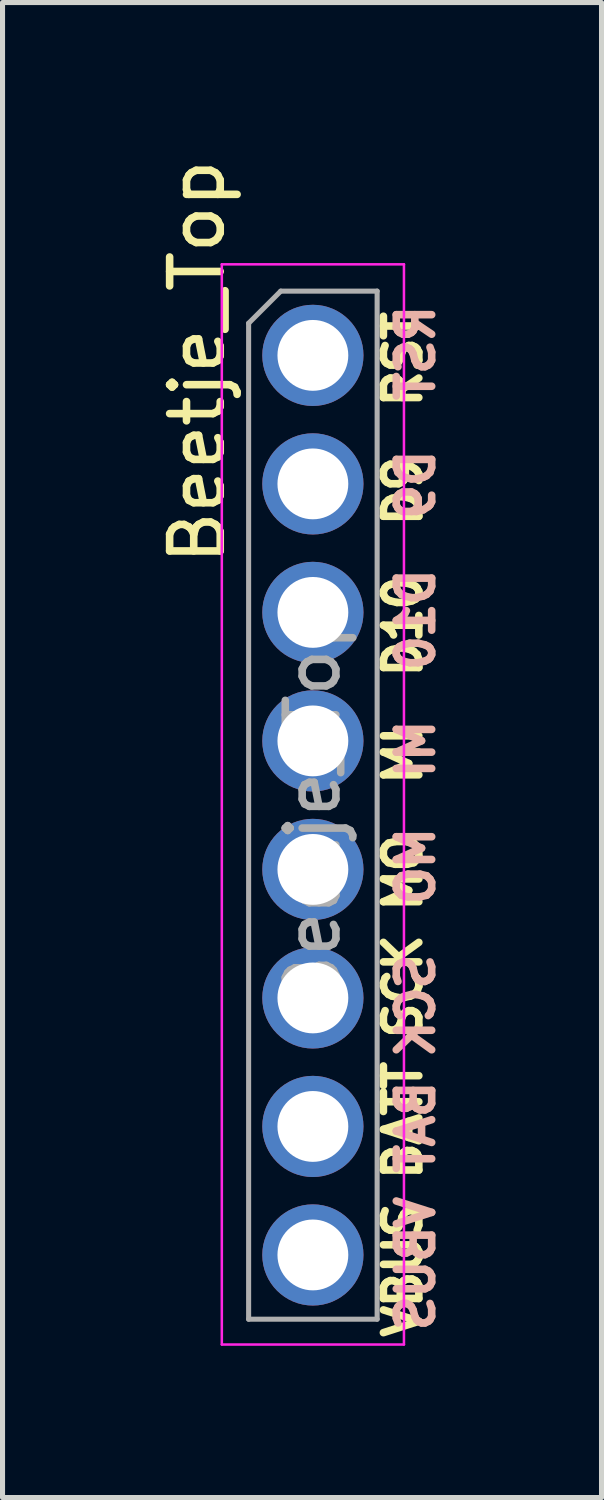
<source format=kicad_pcb>
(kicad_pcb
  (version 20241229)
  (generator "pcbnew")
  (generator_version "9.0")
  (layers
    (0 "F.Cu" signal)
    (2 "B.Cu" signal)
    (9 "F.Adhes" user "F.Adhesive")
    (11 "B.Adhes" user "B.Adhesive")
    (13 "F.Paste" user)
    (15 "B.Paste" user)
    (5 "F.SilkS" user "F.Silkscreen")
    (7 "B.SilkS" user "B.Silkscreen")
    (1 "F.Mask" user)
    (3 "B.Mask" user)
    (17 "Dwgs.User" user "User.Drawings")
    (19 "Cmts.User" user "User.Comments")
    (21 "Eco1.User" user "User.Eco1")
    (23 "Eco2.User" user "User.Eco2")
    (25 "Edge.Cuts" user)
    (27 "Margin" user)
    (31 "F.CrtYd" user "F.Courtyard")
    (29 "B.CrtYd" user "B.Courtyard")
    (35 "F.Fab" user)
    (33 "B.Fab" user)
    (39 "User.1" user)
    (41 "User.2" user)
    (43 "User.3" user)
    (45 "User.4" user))
  (footprint "Beetje_Top"
    (layer "F.Cu")
    (at 3.134 3.974)
    (property "Reference" "Beetje_Top" (at -2.286 0.127 90) (layer "F.SilkS") (effects (font (size 1 1) (thickness 0.15))))
    (attr through_hole)
    (fp_line (start -1.8 -1.8) (end -1.8 19.55) (stroke (width 0.05) (type solid)) (layer "F.CrtYd"))
    (fp_line (start -1.8 19.55) (end 1.8 19.55) (stroke (width 0.05) (type solid)) (layer "F.CrtYd"))
    (fp_line (start 1.8 -1.8) (end -1.8 -1.8) (stroke (width 0.05) (type solid)) (layer "F.CrtYd"))
    (fp_line (start 1.8 19.55) (end 1.8 -1.8) (stroke (width 0.05) (type solid)) (layer "F.CrtYd"))
    (fp_line (start -1.27 -0.635) (end -0.635 -1.27) (stroke (width 0.1) (type solid)) (layer "F.Fab"))
    (fp_line (start -1.27 19.05) (end -1.27 -0.635) (stroke (width 0.1) (type solid)) (layer "F.Fab"))
    (fp_line (start -0.635 -1.27) (end 1.27 -1.27) (stroke (width 0.1) (type solid)) (layer "F.Fab"))
    (fp_line (start 1.27 -1.27) (end 1.27 19.05) (stroke (width 0.1) (type solid)) (layer "F.Fab"))
    (fp_line (start 1.27 19.05) (end -1.27 19.05) (stroke (width 0.1) (type solid)) (layer "F.Fab"))
    (fp_text user "VBUS BATT SCK MO  MI  D10  D9  RST" (at 1.778 9.271 90) (layer "F.SilkS") (effects (font (size 0.7 0.675) (thickness 0.15))))
    (fp_text user "RST  D9  D10  MI  MO  SCK BAT VBUS" (at 2.032 9.144 90) (layer "B.SilkS") (effects (font (size 0.7 0.675) (thickness 0.15)) (justify mirror)))
    (fp_text user "${REFERENCE}" (at 0 8.89 90) (layer "F.Fab") (effects (font (size 1 1) (thickness 0.15))))
    (pad "1" thru_hole circle (at 0 0) (size 2 2) (drill 1.4) (layers "*.Cu" "*.Mask"))
    (pad "2" thru_hole oval (at 0 2.54) (size 2 2) (drill 1.4) (layers "*.Cu" "*.Mask"))
    (pad "3" thru_hole oval (at 0 5.08) (size 2 2) (drill 1.4) (layers "*.Cu" "*.Mask"))
    (pad "4" thru_hole oval (at 0 7.62) (size 2 2) (drill 1.4) (layers "*.Cu" "*.Mask"))
    (pad "5" thru_hole circle (at 0 10.16) (size 2 2) (drill 1.4) (layers "*.Cu" "*.Mask"))
    (pad "6" thru_hole circle (at 0 12.7) (size 2 2) (drill 1.4) (layers "*.Cu" "*.Mask"))
    (pad "7" thru_hole circle (at 0 15.24) (size 2 2) (drill 1.4) (layers "*.Cu" "*.Mask"))
    (pad "8" thru_hole circle (at 0 17.78) (size 2 2) (drill 1.4) (layers "*.Cu" "*.Mask")))
  (gr_rect
    (start -3 -3)
    (end 8.839 26.549)
    (stroke (width 0.1) (type default))
    (fill no)
    (layer "Edge.Cuts")))
</source>
